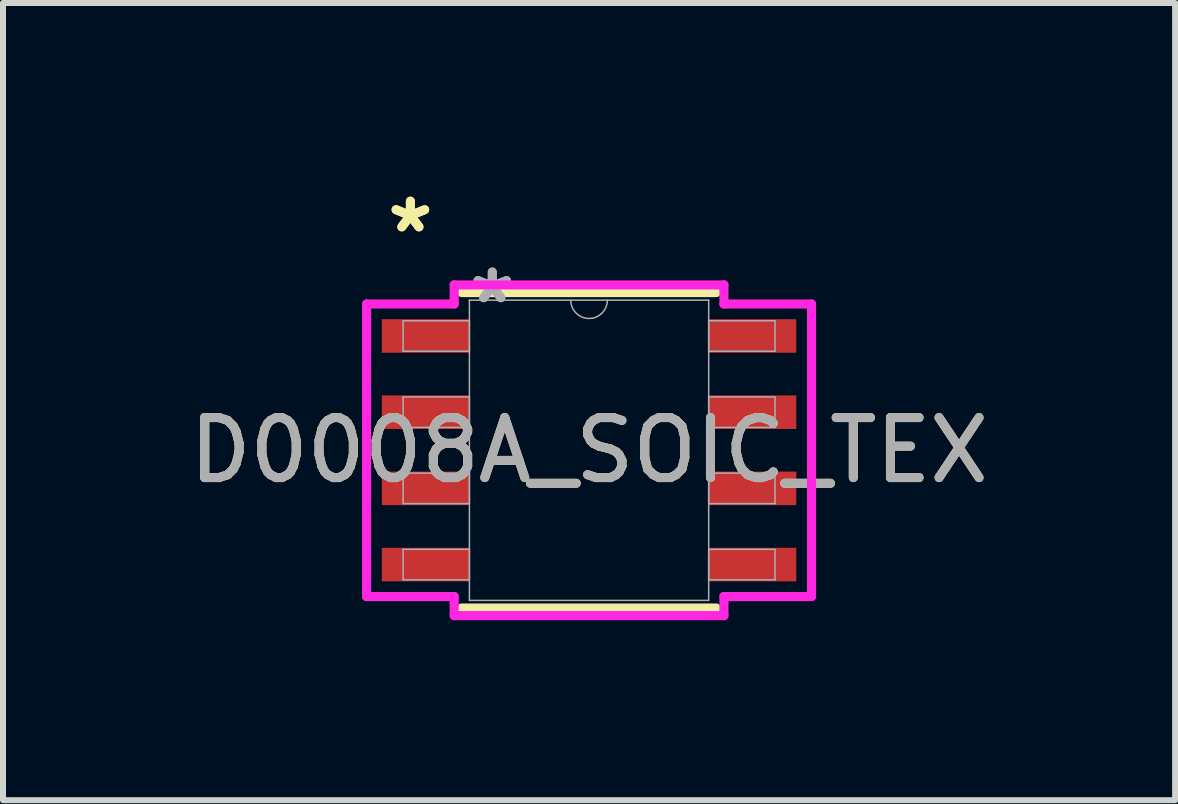
<source format=kicad_pcb>
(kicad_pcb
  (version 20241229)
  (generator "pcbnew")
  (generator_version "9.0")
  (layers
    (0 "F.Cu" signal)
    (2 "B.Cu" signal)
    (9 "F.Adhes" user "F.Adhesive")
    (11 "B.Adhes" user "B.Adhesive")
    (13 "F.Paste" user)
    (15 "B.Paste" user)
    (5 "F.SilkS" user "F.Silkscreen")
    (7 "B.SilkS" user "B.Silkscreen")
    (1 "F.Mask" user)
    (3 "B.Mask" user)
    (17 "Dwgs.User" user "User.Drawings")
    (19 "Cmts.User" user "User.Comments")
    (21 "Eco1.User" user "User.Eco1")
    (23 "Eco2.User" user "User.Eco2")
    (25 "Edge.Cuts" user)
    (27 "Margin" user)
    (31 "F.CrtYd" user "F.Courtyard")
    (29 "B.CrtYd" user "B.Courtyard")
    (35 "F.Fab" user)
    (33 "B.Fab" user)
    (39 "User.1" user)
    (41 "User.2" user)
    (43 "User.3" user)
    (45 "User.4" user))
  (footprint "D0008A_SOIC_TEX"
    (layer "F.Cu")
    (at 6.768 4.455)
    (property "Reference" "D0008A_SOIC_TEX" (at 0 0 0) (unlocked yes) (layer "F.SilkS") (effects (font (size 1 1) (thickness 0.15))))
    (attr smd)
    (fp_line (start -2.121 2.629) (end 2.121 2.629) (stroke (width 0.152) (type solid)) (layer "F.SilkS"))
    (fp_line (start 2.121 -2.629) (end -2.121 -2.629) (stroke (width 0.152) (type solid)) (layer "F.SilkS"))
    (fp_line (start -3.708 -2.438) (end -2.248 -2.438) (stroke (width 0.152) (type solid)) (layer "F.CrtYd"))
    (fp_line (start -3.708 2.438) (end -3.708 -2.438) (stroke (width 0.152) (type solid)) (layer "F.CrtYd"))
    (fp_line (start -3.708 2.438) (end -2.248 2.438) (stroke (width 0.152) (type solid)) (layer "F.CrtYd"))
    (fp_line (start -2.248 -2.756) (end 2.248 -2.756) (stroke (width 0.152) (type solid)) (layer "F.CrtYd"))
    (fp_line (start -2.248 -2.438) (end -2.248 -2.756) (stroke (width 0.152) (type solid)) (layer "F.CrtYd"))
    (fp_line (start -2.248 2.756) (end -2.248 2.438) (stroke (width 0.152) (type solid)) (layer "F.CrtYd"))
    (fp_line (start 2.248 -2.756) (end 2.248 -2.438) (stroke (width 0.152) (type solid)) (layer "F.CrtYd"))
    (fp_line (start 2.248 2.438) (end 2.248 2.756) (stroke (width 0.152) (type solid)) (layer "F.CrtYd"))
    (fp_line (start 2.248 2.756) (end -2.248 2.756) (stroke (width 0.152) (type solid)) (layer "F.CrtYd"))
    (fp_line (start 3.708 -2.438) (end 2.248 -2.438) (stroke (width 0.152) (type solid)) (layer "F.CrtYd"))
    (fp_line (start 3.708 -2.438) (end 3.708 2.438) (stroke (width 0.152) (type solid)) (layer "F.CrtYd"))
    (fp_line (start 3.708 2.438) (end 2.248 2.438) (stroke (width 0.152) (type solid)) (layer "F.CrtYd"))
    (fp_line (start -3.099 -2.159) (end -3.099 -1.651) (stroke (width 0.025) (type solid)) (layer "F.Fab"))
    (fp_line (start -3.099 -1.651) (end -1.994 -1.651) (stroke (width 0.025) (type solid)) (layer "F.Fab"))
    (fp_line (start -3.099 -0.889) (end -3.099 -0.381) (stroke (width 0.025) (type solid)) (layer "F.Fab"))
    (fp_line (start -3.099 -0.381) (end -1.994 -0.381) (stroke (width 0.025) (type solid)) (layer "F.Fab"))
    (fp_line (start -3.099 0.381) (end -3.099 0.889) (stroke (width 0.025) (type solid)) (layer "F.Fab"))
    (fp_line (start -3.099 0.889) (end -1.994 0.889) (stroke (width 0.025) (type solid)) (layer "F.Fab"))
    (fp_line (start -3.099 1.651) (end -3.099 2.159) (stroke (width 0.025) (type solid)) (layer "F.Fab"))
    (fp_line (start -3.099 2.159) (end -1.994 2.159) (stroke (width 0.025) (type solid)) (layer "F.Fab"))
    (fp_line (start -1.994 -2.502) (end -1.994 2.502) (stroke (width 0.025) (type solid)) (layer "F.Fab"))
    (fp_line (start -1.994 -2.159) (end -3.099 -2.159) (stroke (width 0.025) (type solid)) (layer "F.Fab"))
    (fp_line (start -1.994 -1.651) (end -1.994 -2.159) (stroke (width 0.025) (type solid)) (layer "F.Fab"))
    (fp_line (start -1.994 -0.889) (end -3.099 -0.889) (stroke (width 0.025) (type solid)) (layer "F.Fab"))
    (fp_line (start -1.994 -0.381) (end -1.994 -0.889) (stroke (width 0.025) (type solid)) (layer "F.Fab"))
    (fp_line (start -1.994 0.381) (end -3.099 0.381) (stroke (width 0.025) (type solid)) (layer "F.Fab"))
    (fp_line (start -1.994 0.889) (end -1.994 0.381) (stroke (width 0.025) (type solid)) (layer "F.Fab"))
    (fp_line (start -1.994 1.651) (end -3.099 1.651) (stroke (width 0.025) (type solid)) (layer "F.Fab"))
    (fp_line (start -1.994 2.159) (end -1.994 1.651) (stroke (width 0.025) (type solid)) (layer "F.Fab"))
    (fp_line (start -1.994 2.502) (end 1.994 2.502) (stroke (width 0.025) (type solid)) (layer "F.Fab"))
    (fp_line (start 1.994 -2.502) (end -1.994 -2.502) (stroke (width 0.025) (type solid)) (layer "F.Fab"))
    (fp_line (start 1.994 -2.159) (end 1.994 -1.651) (stroke (width 0.025) (type solid)) (layer "F.Fab"))
    (fp_line (start 1.994 -1.651) (end 3.099 -1.651) (stroke (width 0.025) (type solid)) (layer "F.Fab"))
    (fp_line (start 1.994 -0.889) (end 1.994 -0.381) (stroke (width 0.025) (type solid)) (layer "F.Fab"))
    (fp_line (start 1.994 -0.381) (end 3.099 -0.381) (stroke (width 0.025) (type solid)) (layer "F.Fab"))
    (fp_line (start 1.994 0.381) (end 1.994 0.889) (stroke (width 0.025) (type solid)) (layer "F.Fab"))
    (fp_line (start 1.994 0.889) (end 3.099 0.889) (stroke (width 0.025) (type solid)) (layer "F.Fab"))
    (fp_line (start 1.994 1.651) (end 1.994 2.159) (stroke (width 0.025) (type solid)) (layer "F.Fab"))
    (fp_line (start 1.994 2.159) (end 3.099 2.159) (stroke (width 0.025) (type solid)) (layer "F.Fab"))
    (fp_line (start 1.994 2.502) (end 1.994 -2.502) (stroke (width 0.025) (type solid)) (layer "F.Fab"))
    (fp_line (start 3.099 -2.159) (end 1.994 -2.159) (stroke (width 0.025) (type solid)) (layer "F.Fab"))
    (fp_line (start 3.099 -1.651) (end 3.099 -2.159) (stroke (width 0.025) (type solid)) (layer "F.Fab"))
    (fp_line (start 3.099 -0.889) (end 1.994 -0.889) (stroke (width 0.025) (type solid)) (layer "F.Fab"))
    (fp_line (start 3.099 -0.381) (end 3.099 -0.889) (stroke (width 0.025) (type solid)) (layer "F.Fab"))
    (fp_line (start 3.099 0.381) (end 1.994 0.381) (stroke (width 0.025) (type solid)) (layer "F.Fab"))
    (fp_line (start 3.099 0.889) (end 3.099 0.381) (stroke (width 0.025) (type solid)) (layer "F.Fab"))
    (fp_line (start 3.099 1.651) (end 1.994 1.651) (stroke (width 0.025) (type solid)) (layer "F.Fab"))
    (fp_line (start 3.099 2.159) (end 3.099 1.651) (stroke (width 0.025) (type solid)) (layer "F.Fab"))
    (fp_arc (start 0.3048 -2.5019) (mid 0 -2.1971) (end -0.3048 -2.5019) (stroke (width 0.0254) (type solid)) (layer "F.Fab"))
    (fp_text user "*" (at -2.978 -3.607 0) (unlocked yes) (layer "F.SilkS") (effects (font (size 1 1) (thickness 0.15))))
    (fp_text user "*" (at -2.978 -3.607 0) (layer "F.SilkS") (effects (font (size 1 1) (thickness 0.15))))
    (fp_text user "*" (at -1.613 -2.426 0) (layer "F.Fab") (effects (font (size 1 1) (thickness 0.15))))
    (fp_text user "*" (at -1.613 -2.426 0) (unlocked yes) (layer "F.Fab") (effects (font (size 1 1) (thickness 0.15))))
    (fp_text user "${REFERENCE}" (at 0 0 0) (unlocked yes) (layer "F.Fab") (effects (font (size 1 1) (thickness 0.15))))
    (pad "1" smd rect (at -2.724 -1.905) (size 1.46 0.559) (layers "F.Cu" "F.Mask" "F.Paste"))
    (pad "2" smd rect (at -2.724 -0.635) (size 1.46 0.559) (layers "F.Cu" "F.Mask" "F.Paste"))
    (pad "3" smd rect (at -2.724 0.635) (size 1.46 0.559) (layers "F.Cu" "F.Mask" "F.Paste"))
    (pad "4" smd rect (at -2.724 1.905) (size 1.46 0.559) (layers "F.Cu" "F.Mask" "F.Paste"))
    (pad "5" smd rect (at 2.724 1.905) (size 1.46 0.559) (layers "F.Cu" "F.Mask" "F.Paste"))
    (pad "6" smd rect (at 2.724 0.635) (size 1.46 0.559) (layers "F.Cu" "F.Mask" "F.Paste"))
    (pad "7" smd rect (at 2.724 -0.635) (size 1.46 0.559) (layers "F.Cu" "F.Mask" "F.Paste"))
    (pad "8" smd rect (at 2.724 -1.905) (size 1.46 0.559) (layers "F.Cu" "F.Mask" "F.Paste")))
  (gr_rect
    (start -3 -3)
    (end 16.536 10.287)
    (stroke (width 0.1) (type default))
    (fill no)
    (layer "Edge.Cuts")))
</source>
